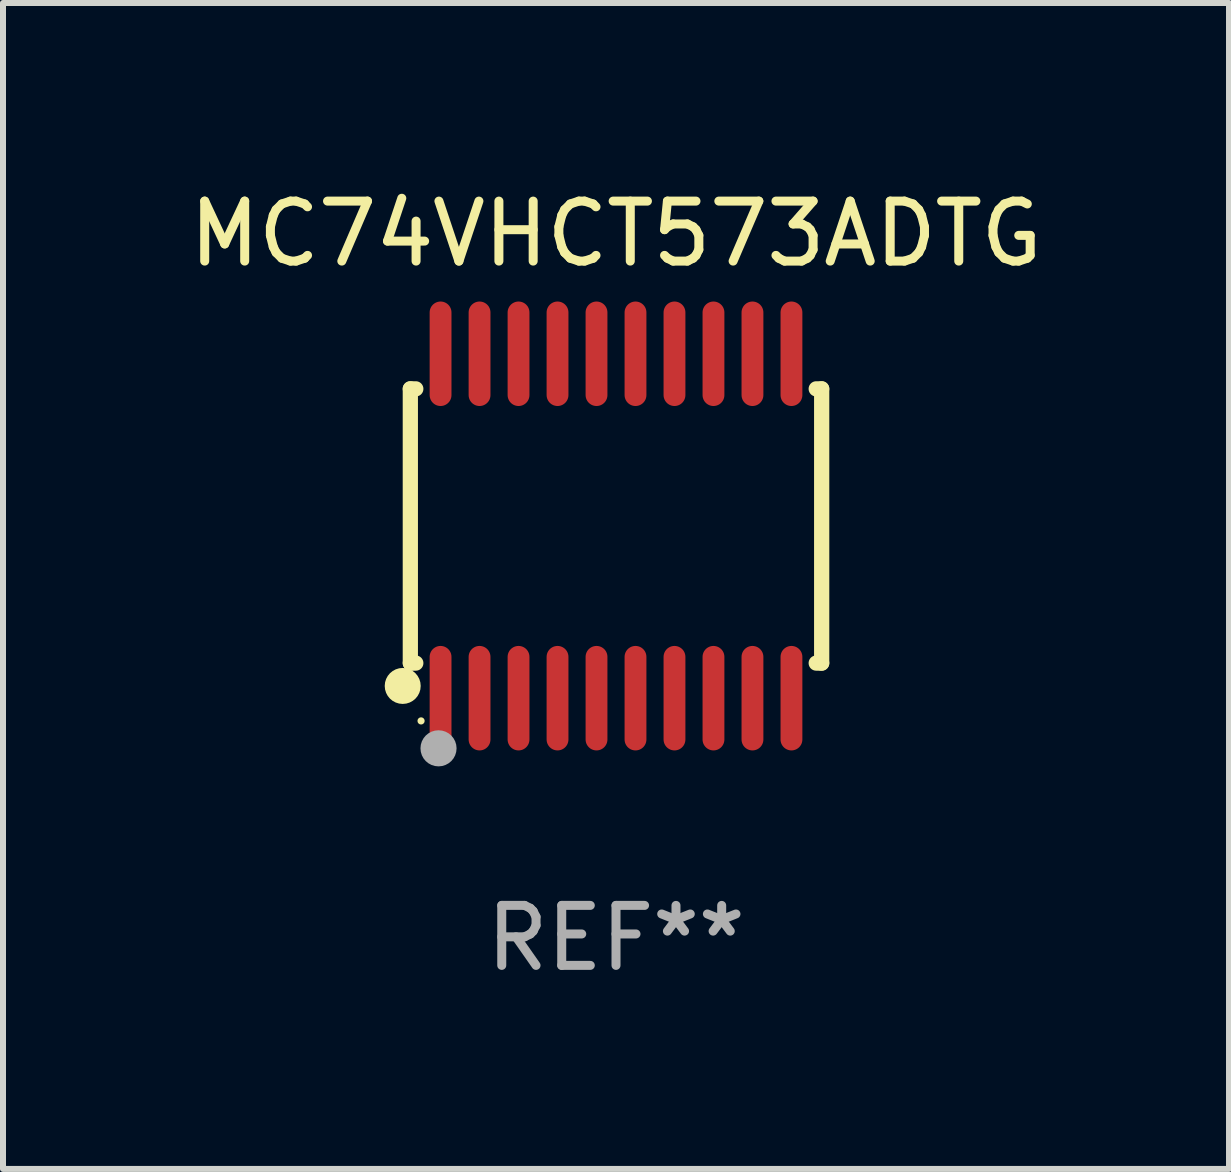
<source format=kicad_pcb>
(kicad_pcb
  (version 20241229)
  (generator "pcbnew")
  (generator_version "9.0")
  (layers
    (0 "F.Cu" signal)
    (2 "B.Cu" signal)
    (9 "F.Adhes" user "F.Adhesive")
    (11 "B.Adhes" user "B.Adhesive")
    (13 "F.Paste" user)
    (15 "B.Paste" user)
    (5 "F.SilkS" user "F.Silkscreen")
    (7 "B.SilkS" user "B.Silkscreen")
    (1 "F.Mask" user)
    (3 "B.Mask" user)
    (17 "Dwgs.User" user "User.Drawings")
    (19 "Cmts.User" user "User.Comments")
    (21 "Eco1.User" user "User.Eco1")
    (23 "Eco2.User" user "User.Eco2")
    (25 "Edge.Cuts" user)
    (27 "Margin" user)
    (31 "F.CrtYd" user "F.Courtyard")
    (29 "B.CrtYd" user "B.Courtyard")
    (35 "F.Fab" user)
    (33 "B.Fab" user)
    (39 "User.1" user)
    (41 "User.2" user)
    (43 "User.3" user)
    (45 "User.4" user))
  (footprint "MC74VHCT573ADTG"
    (layer "F.Cu")
    (at 7.22 5.719)
    (property "Reference" "MC74VHCT573ADTG" (at 0 -4.871 0) (layer "F.SilkS") (effects (font (size 1 1) (thickness 0.15))))
    (attr through_hole)
    (fp_line (start -3.429 -2.286) (end -3.429 2.286) (stroke (width 0.254) (type solid)) (layer "F.SilkS"))
    (fp_line (start -3.429 2.286) (end -3.338 2.286) (stroke (width 0.254) (type solid)) (layer "F.SilkS"))
    (fp_line (start -3.338 -2.286) (end -3.429 -2.286) (stroke (width 0.254) (type solid)) (layer "F.SilkS"))
    (fp_line (start 3.338 -2.286) (end 3.429 -2.286) (stroke (width 0.254) (type solid)) (layer "F.SilkS"))
    (fp_line (start 3.429 -2.286) (end 3.429 2.286) (stroke (width 0.254) (type solid)) (layer "F.SilkS"))
    (fp_line (start 3.429 2.286) (end 3.338 2.286) (stroke (width 0.254) (type solid)) (layer "F.SilkS"))
    (fp_circle (center -3.556 2.667) (end -3.406 2.667) (stroke (width 0.3) (type solid)) (fill no) (layer "F.SilkS"))
    (fp_circle (center -3.25 3.25) (end -3.22 3.25) (stroke (width 0.06) (type solid)) (fill no) (layer "F.SilkS"))
    (fp_circle (center -2.959 3.707) (end -2.808 3.707) (stroke (width 0.3) (type solid)) (fill no) (layer "F.Fab"))
    (fp_text user "REF**" (at 0 6.871 0) (layer "F.Fab") (effects (font (size 1 1) (thickness 0.15))))
    (pad "1" smd oval (at -2.925 2.871) (size 0.364 1.742) (layers "F.Cu" "F.Mask" "F.Paste"))
    (pad "2" smd oval (at -2.275 2.871) (size 0.364 1.742) (layers "F.Cu" "F.Mask" "F.Paste"))
    (pad "3" smd oval (at -1.625 2.871) (size 0.364 1.742) (layers "F.Cu" "F.Mask" "F.Paste"))
    (pad "4" smd oval (at -0.975 2.871) (size 0.364 1.742) (layers "F.Cu" "F.Mask" "F.Paste"))
    (pad "5" smd oval (at -0.325 2.871) (size 0.364 1.742) (layers "F.Cu" "F.Mask" "F.Paste"))
    (pad "6" smd oval (at 0.325 2.871) (size 0.364 1.742) (layers "F.Cu" "F.Mask" "F.Paste"))
    (pad "7" smd oval (at 0.975 2.871) (size 0.364 1.742) (layers "F.Cu" "F.Mask" "F.Paste"))
    (pad "8" smd oval (at 1.625 2.871) (size 0.364 1.742) (layers "F.Cu" "F.Mask" "F.Paste"))
    (pad "9" smd oval (at 2.275 2.871) (size 0.364 1.742) (layers "F.Cu" "F.Mask" "F.Paste"))
    (pad "10" smd oval (at 2.925 2.871) (size 0.364 1.742) (layers "F.Cu" "F.Mask" "F.Paste"))
    (pad "11" smd oval (at 2.925 -2.871) (size 0.364 1.742) (layers "F.Cu" "F.Mask" "F.Paste"))
    (pad "12" smd oval (at 2.275 -2.871) (size 0.364 1.742) (layers "F.Cu" "F.Mask" "F.Paste"))
    (pad "13" smd oval (at 1.625 -2.871) (size 0.364 1.742) (layers "F.Cu" "F.Mask" "F.Paste"))
    (pad "14" smd oval (at 0.975 -2.871) (size 0.364 1.742) (layers "F.Cu" "F.Mask" "F.Paste"))
    (pad "15" smd oval (at 0.325 -2.871) (size 0.364 1.742) (layers "F.Cu" "F.Mask" "F.Paste"))
    (pad "16" smd oval (at -0.325 -2.871) (size 0.364 1.742) (layers "F.Cu" "F.Mask" "F.Paste"))
    (pad "17" smd oval (at -0.975 -2.871) (size 0.364 1.742) (layers "F.Cu" "F.Mask" "F.Paste"))
    (pad "18" smd oval (at -1.625 -2.871) (size 0.364 1.742) (layers "F.Cu" "F.Mask" "F.Paste"))
    (pad "19" smd oval (at -2.275 -2.871) (size 0.364 1.742) (layers "F.Cu" "F.Mask" "F.Paste"))
    (pad "20" smd oval (at -2.925 -2.871) (size 0.364 1.742) (layers "F.Cu" "F.Mask" "F.Paste")))
  (gr_rect
    (start -3 -3)
    (end 17.44 16.438)
    (stroke (width 0.1) (type default))
    (fill no)
    (layer "Edge.Cuts")))
</source>
